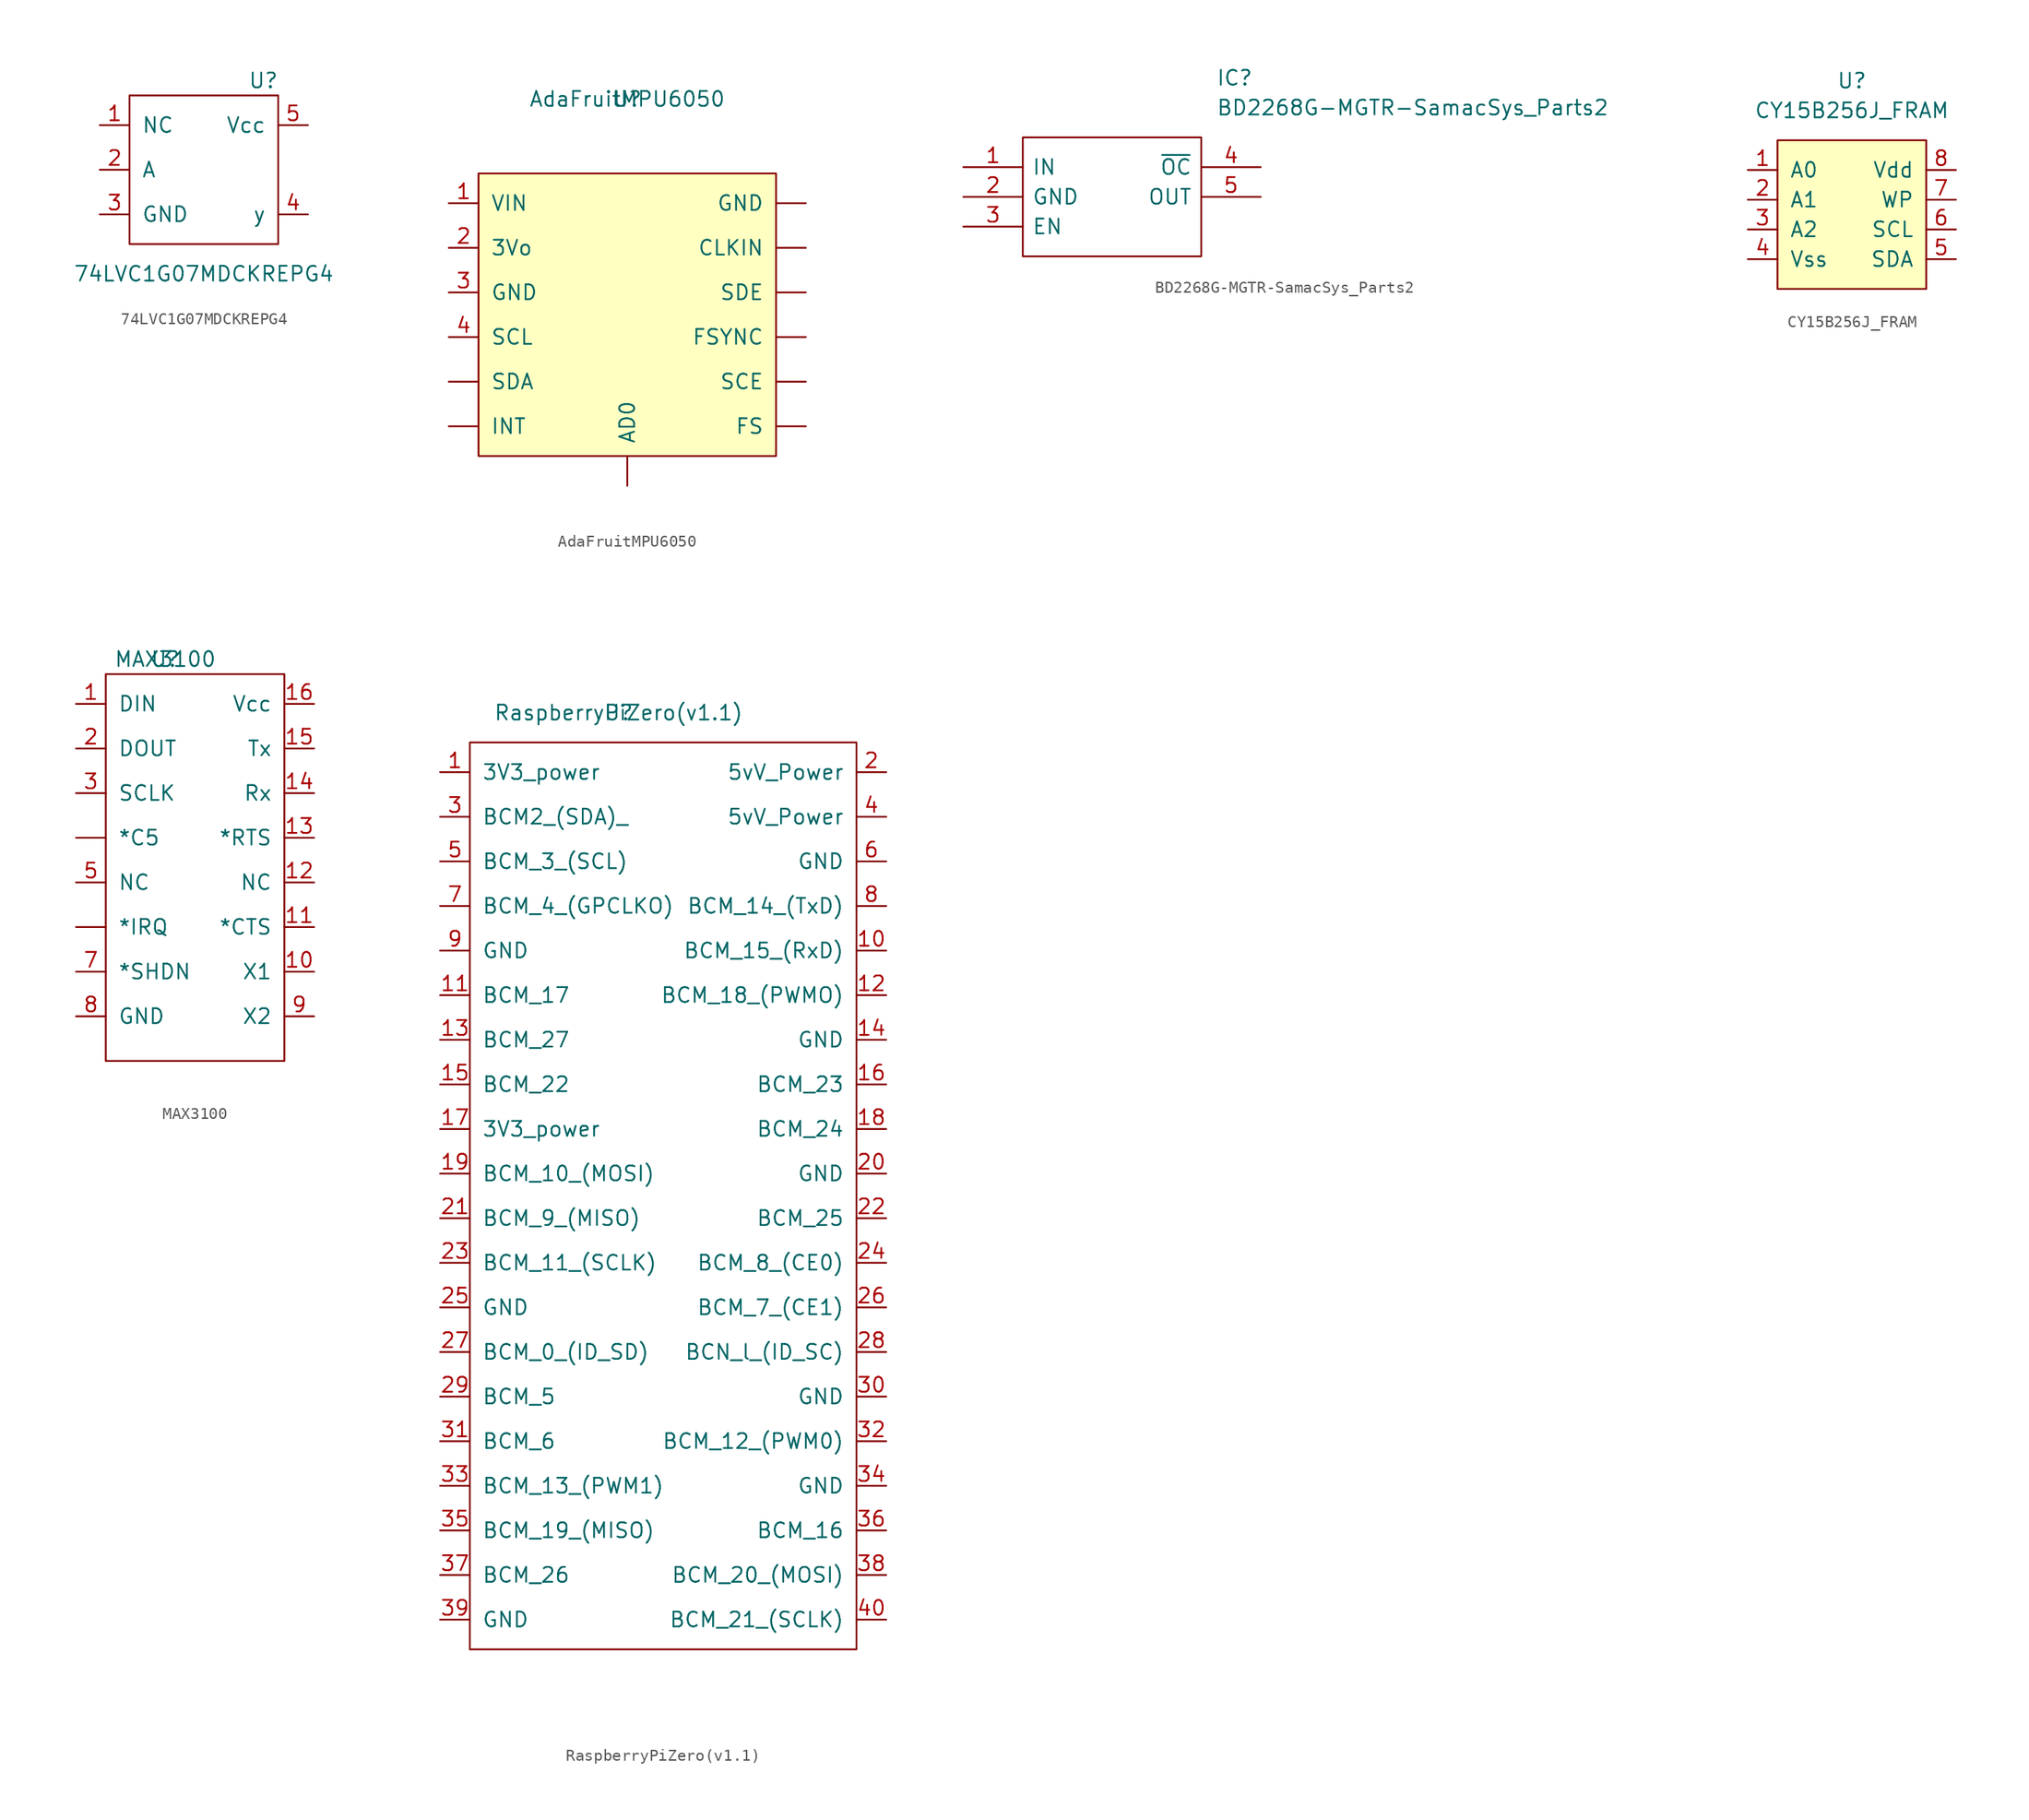
<source format=kicad_sym>
(kicad_symbol_lib
  (version 20211014)
  (generator kicad_symbol_editor)
  (symbol "74LVC1G07MDCKREPG4"
    (pin_names
      (offset 1.016))
    (property "Reference" "U"
      (at 2.54 -1.27 0)
      (effects (font (size 1.27 1.27))))
    (property "Value" "74LVC1G07MDCKREPG4"
      (at -2.54 -17.78 0)
      (effects (font (size 1.27 1.27))))
    (symbol "74LVC1G07MDCKREPG4_0_1"
      (rectangle (start -8.89 -2.54) (end 3.81 -15.24) (stroke (width 0) (type default) (color 0 0 0 0)) (fill (type none))))
    (symbol "74LVC1G07MDCKREPG4_1_1"
      (pin input line (at -11.43 -5.08 0) (length 2.54) (name "NC" (effects (font (size 1.27 1.27)))) (number "1" (effects (font (size 1.27 1.27)))))
      (pin input line (at -11.43 -8.89 0) (length 2.54) (name "A" (effects (font (size 1.27 1.27)))) (number "2" (effects (font (size 1.27 1.27)))))
      (pin input line (at -11.43 -12.7 0) (length 2.54) (name "GND" (effects (font (size 1.27 1.27)))) (number "3" (effects (font (size 1.27 1.27)))))
      (pin input line (at 6.35 -12.7 180) (length 2.54) (name "y" (effects (font (size 1.27 1.27)))) (number "4" (effects (font (size 1.27 1.27)))))
      (pin input line (at 6.35 -5.08 180) (length 2.54) (name "Vcc" (effects (font (size 1.27 1.27)))) (number "5" (effects (font (size 1.27 1.27)))))))
  (symbol "AdaFruitMPU6050"
    (pin_names
      (offset 1.016))
    (property "Reference" "U"
      (at 0 0 0)
      (effects (font (size 1.27 1.27))))
    (property "Value" "AdaFruitMPU6050"
      (at 0 0 0)
      (effects (font (size 1.27 1.27))))
    (symbol "AdaFruitMPU6050_0_1"
      (rectangle (start -12.7 -6.35) (end 12.7 -30.48) (stroke (width 0) (type default) (color 0 0 0 0)) (fill (type background))))
    (symbol "AdaFruitMPU6050_1_1"
      (pin power_in line (at -15.24 -8.89 0) (length 2.54) (name "VIN" (effects (font (size 1.27 1.27)))) (number "1" (effects (font (size 1.27 1.27)))))
      (pin power_out line (at -15.24 -12.7 0) (length 2.54) (name "3Vo" (effects (font (size 1.27 1.27)))) (number "2" (effects (font (size 1.27 1.27)))))
      (pin input line (at -15.24 -16.51 0) (length 2.54) (name "GND" (effects (font (size 1.27 1.27)))) (number "3" (effects (font (size 1.27 1.27)))))
      (pin input line (at -15.24 -20.32 0) (length 2.54) (name "SCL" (effects (font (size 1.27 1.27)))) (number "4" (effects (font (size 1.27 1.27)))))
      (pin input line (at 0 -33.02 90) (length 2.54) (name "AD0" (effects (font (size 1.27 1.27)))) (number "~" (effects (font (size 1.27 1.27)))))
      (pin input line (at 15.24 -12.7 180) (length 2.54) (name "CLKIN" (effects (font (size 1.27 1.27)))) (number "~" (effects (font (size 1.27 1.27)))))
      (pin input line (at 15.24 -27.94 180) (length 2.54) (name "FS" (effects (font (size 1.27 1.27)))) (number "~" (effects (font (size 1.27 1.27)))))
      (pin input line (at 15.24 -20.32 180) (length 2.54) (name "FSYNC" (effects (font (size 1.27 1.27)))) (number "~" (effects (font (size 1.27 1.27)))))
      (pin input line (at 15.24 -8.89 180) (length 2.54) (name "GND" (effects (font (size 1.27 1.27)))) (number "~" (effects (font (size 1.27 1.27)))))
      (pin input line (at -15.24 -27.94 0) (length 2.54) (name "INT" (effects (font (size 1.27 1.27)))) (number "~" (effects (font (size 1.27 1.27)))))
      (pin input line (at 15.24 -24.13 180) (length 2.54) (name "SCE" (effects (font (size 1.27 1.27)))) (number "~" (effects (font (size 1.27 1.27)))))
      (pin bidirectional line (at -15.24 -24.13 0) (length 2.54) (name "SDA" (effects (font (size 1.27 1.27)))) (number "~" (effects (font (size 1.27 1.27)))))
      (pin input line (at 15.24 -16.51 180) (length 2.54) (name "SDE" (effects (font (size 1.27 1.27)))) (number "~" (effects (font (size 1.27 1.27)))))))
  (symbol "BD2268G-MGTR-SamacSys_Parts2"
    (pin_names
      (offset 0.762))
    (property "Reference" "IC"
      (at 21.59 7.62 0)
      (effects (font (size 1.27 1.27)) (justify left)))
    (property "Value" "BD2268G-MGTR-SamacSys_Parts2"
      (at 21.59 5.08 0)
      (effects (font (size 1.27 1.27)) (justify left)))
    (symbol "BD2268G-MGTR-SamacSys_Parts2_0_0"
      (pin passive line (at 0 0 0) (length 5.08) (name "IN" (effects (font (size 1.27 1.27)))) (number "1" (effects (font (size 1.27 1.27)))))
      (pin passive line (at 0 -2.54 0) (length 5.08) (name "GND" (effects (font (size 1.27 1.27)))) (number "2" (effects (font (size 1.27 1.27)))))
      (pin passive line (at 0 -5.08 0) (length 5.08) (name "EN" (effects (font (size 1.27 1.27)))) (number "3" (effects (font (size 1.27 1.27)))))
      (pin passive line (at 25.4 0 180) (length 5.08) (name "~{OC}" (effects (font (size 1.27 1.27)))) (number "4" (effects (font (size 1.27 1.27)))))
      (pin passive line (at 25.4 -2.54 180) (length 5.08) (name "OUT" (effects (font (size 1.27 1.27)))) (number "5" (effects (font (size 1.27 1.27))))))
    (symbol "BD2268G-MGTR-SamacSys_Parts2_0_1"
      (polyline (pts (xy 5.08 2.54) (xy 20.32 2.54) (xy 20.32 -7.62) (xy 5.08 -7.62) (xy 5.08 2.54)) (stroke (width 0.152) (type default) (color 0 0 0 0)) (fill (type none)))))
  (symbol "CY15B256J_FRAM"
    (pin_names
      (offset 1.016))
    (property "Reference" "U"
      (at 0 0 0)
      (effects (font (size 1.27 1.27))))
    (property "Value" "CY15B256J_FRAM"
      (at 0 -2.54 0)
      (effects (font (size 1.27 1.27))))
    (symbol "CY15B256J_FRAM_0_1"
      (rectangle (start -6.35 -5.08) (end 6.35 -17.78) (stroke (width 0) (type default) (color 0 0 0 0)) (fill (type background))))
    (symbol "CY15B256J_FRAM_1_1"
      (pin input line (at -8.89 -7.62 0) (length 2.54) (name "A0" (effects (font (size 1.27 1.27)))) (number "1" (effects (font (size 1.27 1.27)))))
      (pin input line (at -8.89 -10.16 0) (length 2.54) (name "A1" (effects (font (size 1.27 1.27)))) (number "2" (effects (font (size 1.27 1.27)))))
      (pin input line (at -8.89 -12.7 0) (length 2.54) (name "A2" (effects (font (size 1.27 1.27)))) (number "3" (effects (font (size 1.27 1.27)))))
      (pin power_in line (at -8.89 -15.24 0) (length 2.54) (name "Vss" (effects (font (size 1.27 1.27)))) (number "4" (effects (font (size 1.27 1.27)))))
      (pin bidirectional line (at 8.89 -15.24 180) (length 2.54) (name "SDA" (effects (font (size 1.27 1.27)))) (number "5" (effects (font (size 1.27 1.27)))))
      (pin input line (at 8.89 -12.7 180) (length 2.54) (name "SCL" (effects (font (size 1.27 1.27)))) (number "6" (effects (font (size 1.27 1.27)))))
      (pin input line (at 8.89 -10.16 180) (length 2.54) (name "WP" (effects (font (size 1.27 1.27)))) (number "7" (effects (font (size 1.27 1.27)))))
      (pin power_in line (at 8.89 -7.62 180) (length 2.54) (name "Vdd" (effects (font (size 1.27 1.27)))) (number "8" (effects (font (size 1.27 1.27)))))))
  (symbol "MAX3100"
    (pin_names
      (offset 1.016))
    (property "Reference" "U"
      (at 0 0 0)
      (effects (font (size 1.27 1.27))))
    (property "Value" "MAX3100"
      (at 0 0 0)
      (effects (font (size 1.27 1.27))))
    (symbol "MAX3100_0_1"
      (rectangle (start -5.08 -1.27) (end 10.16 -34.29) (stroke (width 0) (type default) (color 0 0 0 0)) (fill (type none))))
    (symbol "MAX3100_1_1"
      (pin input line (at -7.62 -3.81 0) (length 2.54) (name "DIN" (effects (font (size 1.27 1.27)))) (number "1" (effects (font (size 1.27 1.27)))))
      (pin input line (at 12.7 -26.67 180) (length 2.54) (name "X1" (effects (font (size 1.27 1.27)))) (number "10" (effects (font (size 1.27 1.27)))))
      (pin input line (at 12.7 -22.86 180) (length 2.54) (name "*CTS" (effects (font (size 1.27 1.27)))) (number "11" (effects (font (size 1.27 1.27)))))
      (pin input line (at 12.7 -19.05 180) (length 2.54) (name "NC" (effects (font (size 1.27 1.27)))) (number "12" (effects (font (size 1.27 1.27)))))
      (pin input line (at 12.7 -15.24 180) (length 2.54) (name "*RTS" (effects (font (size 1.27 1.27)))) (number "13" (effects (font (size 1.27 1.27)))))
      (pin input line (at 12.7 -11.43 180) (length 2.54) (name "Rx" (effects (font (size 1.27 1.27)))) (number "14" (effects (font (size 1.27 1.27)))))
      (pin input line (at 12.7 -7.62 180) (length 2.54) (name "Tx" (effects (font (size 1.27 1.27)))) (number "15" (effects (font (size 1.27 1.27)))))
      (pin input line (at 12.7 -3.81 180) (length 2.54) (name "Vcc" (effects (font (size 1.27 1.27)))) (number "16" (effects (font (size 1.27 1.27)))))
      (pin input line (at -7.62 -7.62 0) (length 2.54) (name "DOUT" (effects (font (size 1.27 1.27)))) (number "2" (effects (font (size 1.27 1.27)))))
      (pin input line (at -7.62 -11.43 0) (length 2.54) (name "SCLK" (effects (font (size 1.27 1.27)))) (number "3" (effects (font (size 1.27 1.27)))))
      (pin input line (at -7.62 -19.05 0) (length 2.54) (name "NC" (effects (font (size 1.27 1.27)))) (number "5" (effects (font (size 1.27 1.27)))))
      (pin input line (at -7.62 -26.67 0) (length 2.54) (name "*SHDN" (effects (font (size 1.27 1.27)))) (number "7" (effects (font (size 1.27 1.27)))))
      (pin input line (at -7.62 -30.48 0) (length 2.54) (name "GND" (effects (font (size 1.27 1.27)))) (number "8" (effects (font (size 1.27 1.27)))))
      (pin input line (at 12.7 -30.48 180) (length 2.54) (name "X2" (effects (font (size 1.27 1.27)))) (number "9" (effects (font (size 1.27 1.27)))))
      (pin input line (at -7.62 -15.24 0) (length 2.54) (name "*C5" (effects (font (size 1.27 1.27)))) (number "~" (effects (font (size 1.27 1.27)))))
      (pin input line (at -7.62 -22.86 0) (length 2.54) (name "*IRQ" (effects (font (size 1.27 1.27)))) (number "~" (effects (font (size 1.27 1.27)))))))
  (symbol "RaspberryPiZero(v1.1)"
    (pin_names
      (offset 1.016))
    (property "Reference" "U"
      (at 0 0 0)
      (effects (font (size 1.27 1.27))))
    (property "Value" "RaspberryPiZero(v1.1)"
      (at 0 0 0)
      (effects (font (size 1.27 1.27))))
    (symbol "RaspberryPiZero(v1.1)_0_1"
      (rectangle (start -12.7 -2.54) (end 20.32 -80.01) (stroke (width 0) (type default) (color 0 0 0 0)) (fill (type none))))
    (symbol "RaspberryPiZero(v1.1)_1_1"
      (pin input line (at -15.24 -5.08 0) (length 2.54) (name "3V3_power" (effects (font (size 1.27 1.27)))) (number "1" (effects (font (size 1.27 1.27)))))
      (pin input line (at 22.86 -20.32 180) (length 2.54) (name "BCM_15_(RxD)" (effects (font (size 1.27 1.27)))) (number "10" (effects (font (size 1.27 1.27)))))
      (pin input line (at -15.24 -24.13 0) (length 2.54) (name "BCM_17" (effects (font (size 1.27 1.27)))) (number "11" (effects (font (size 1.27 1.27)))))
      (pin input line (at 22.86 -24.13 180) (length 2.54) (name "BCM_18_(PWMO)" (effects (font (size 1.27 1.27)))) (number "12" (effects (font (size 1.27 1.27)))))
      (pin input line (at -15.24 -27.94 0) (length 2.54) (name "BCM_27" (effects (font (size 1.27 1.27)))) (number "13" (effects (font (size 1.27 1.27)))))
      (pin input line (at 22.86 -27.94 180) (length 2.54) (name "GND" (effects (font (size 1.27 1.27)))) (number "14" (effects (font (size 1.27 1.27)))))
      (pin input line (at -15.24 -31.75 0) (length 2.54) (name "BCM_22" (effects (font (size 1.27 1.27)))) (number "15" (effects (font (size 1.27 1.27)))))
      (pin input line (at 22.86 -31.75 180) (length 2.54) (name "BCM_23" (effects (font (size 1.27 1.27)))) (number "16" (effects (font (size 1.27 1.27)))))
      (pin input line (at -15.24 -35.56 0) (length 2.54) (name "3V3_power" (effects (font (size 1.27 1.27)))) (number "17" (effects (font (size 1.27 1.27)))))
      (pin input line (at 22.86 -35.56 180) (length 2.54) (name "BCM_24" (effects (font (size 1.27 1.27)))) (number "18" (effects (font (size 1.27 1.27)))))
      (pin input line (at -15.24 -39.37 0) (length 2.54) (name "BCM_10_(MOSI)" (effects (font (size 1.27 1.27)))) (number "19" (effects (font (size 1.27 1.27)))))
      (pin input line (at 22.86 -5.08 180) (length 2.54) (name "5vV_Power" (effects (font (size 1.27 1.27)))) (number "2" (effects (font (size 1.27 1.27)))))
      (pin input line (at 22.86 -39.37 180) (length 2.54) (name "GND" (effects (font (size 1.27 1.27)))) (number "20" (effects (font (size 1.27 1.27)))))
      (pin input line (at -15.24 -43.18 0) (length 2.54) (name "BCM_9_(MISO)" (effects (font (size 1.27 1.27)))) (number "21" (effects (font (size 1.27 1.27)))))
      (pin input line (at 22.86 -43.18 180) (length 2.54) (name "BCM_25" (effects (font (size 1.27 1.27)))) (number "22" (effects (font (size 1.27 1.27)))))
      (pin input line (at -15.24 -46.99 0) (length 2.54) (name "BCM_11_(SCLK)" (effects (font (size 1.27 1.27)))) (number "23" (effects (font (size 1.27 1.27)))))
      (pin input line (at 22.86 -46.99 180) (length 2.54) (name "BCM_8_(CE0)" (effects (font (size 1.27 1.27)))) (number "24" (effects (font (size 1.27 1.27)))))
      (pin input line (at -15.24 -50.8 0) (length 2.54) (name "GND" (effects (font (size 1.27 1.27)))) (number "25" (effects (font (size 1.27 1.27)))))
      (pin input line (at 22.86 -50.8 180) (length 2.54) (name "BCM_7_(CE1)" (effects (font (size 1.27 1.27)))) (number "26" (effects (font (size 1.27 1.27)))))
      (pin input line (at -15.24 -54.61 0) (length 2.54) (name "BCM_0_(ID_SD)" (effects (font (size 1.27 1.27)))) (number "27" (effects (font (size 1.27 1.27)))))
      (pin input line (at 22.86 -54.61 180) (length 2.54) (name "BCN_l_(ID_SC)" (effects (font (size 1.27 1.27)))) (number "28" (effects (font (size 1.27 1.27)))))
      (pin input line (at -15.24 -58.42 0) (length 2.54) (name "BCM_5" (effects (font (size 1.27 1.27)))) (number "29" (effects (font (size 1.27 1.27)))))
      (pin input line (at -15.24 -8.89 0) (length 2.54) (name "BCM2_(SDA)_" (effects (font (size 1.27 1.27)))) (number "3" (effects (font (size 1.27 1.27)))))
      (pin input line (at 22.86 -58.42 180) (length 2.54) (name "GND" (effects (font (size 1.27 1.27)))) (number "30" (effects (font (size 1.27 1.27)))))
      (pin input line (at -15.24 -62.23 0) (length 2.54) (name "BCM_6" (effects (font (size 1.27 1.27)))) (number "31" (effects (font (size 1.27 1.27)))))
      (pin input line (at 22.86 -62.23 180) (length 2.54) (name "BCM_12_(PWM0)" (effects (font (size 1.27 1.27)))) (number "32" (effects (font (size 1.27 1.27)))))
      (pin input line (at -15.24 -66.04 0) (length 2.54) (name "BCM_13_(PWM1)" (effects (font (size 1.27 1.27)))) (number "33" (effects (font (size 1.27 1.27)))))
      (pin input line (at 22.86 -66.04 180) (length 2.54) (name "GND" (effects (font (size 1.27 1.27)))) (number "34" (effects (font (size 1.27 1.27)))))
      (pin input line (at -15.24 -69.85 0) (length 2.54) (name "BCM_19_(MISO)" (effects (font (size 1.27 1.27)))) (number "35" (effects (font (size 1.27 1.27)))))
      (pin input line (at 22.86 -69.85 180) (length 2.54) (name "BCM_16" (effects (font (size 1.27 1.27)))) (number "36" (effects (font (size 1.27 1.27)))))
      (pin input line (at -15.24 -73.66 0) (length 2.54) (name "BCM_26" (effects (font (size 1.27 1.27)))) (number "37" (effects (font (size 1.27 1.27)))))
      (pin input line (at 22.86 -73.66 180) (length 2.54) (name "BCM_20_(MOSI)" (effects (font (size 1.27 1.27)))) (number "38" (effects (font (size 1.27 1.27)))))
      (pin input line (at -15.24 -77.47 0) (length 2.54) (name "GND" (effects (font (size 1.27 1.27)))) (number "39" (effects (font (size 1.27 1.27)))))
      (pin input line (at 22.86 -8.89 180) (length 2.54) (name "5vV_Power" (effects (font (size 1.27 1.27)))) (number "4" (effects (font (size 1.27 1.27)))))
      (pin input line (at 22.86 -77.47 180) (length 2.54) (name "BCM_21_(SCLK)" (effects (font (size 1.27 1.27)))) (number "40" (effects (font (size 1.27 1.27)))))
      (pin input line (at -15.24 -12.7 0) (length 2.54) (name "BCM_3_(SCL)" (effects (font (size 1.27 1.27)))) (number "5" (effects (font (size 1.27 1.27)))))
      (pin input line (at 22.86 -12.7 180) (length 2.54) (name "GND" (effects (font (size 1.27 1.27)))) (number "6" (effects (font (size 1.27 1.27)))))
      (pin input line (at -15.24 -16.51 0) (length 2.54) (name "BCM_4_(GPCLKO)" (effects (font (size 1.27 1.27)))) (number "7" (effects (font (size 1.27 1.27)))))
      (pin input line (at 22.86 -16.51 180) (length 2.54) (name "BCM_14_(TxD)" (effects (font (size 1.27 1.27)))) (number "8" (effects (font (size 1.27 1.27)))))
      (pin input line (at -15.24 -20.32 0) (length 2.54) (name "GND" (effects (font (size 1.27 1.27)))) (number "9" (effects (font (size 1.27 1.27))))))))
</source>
